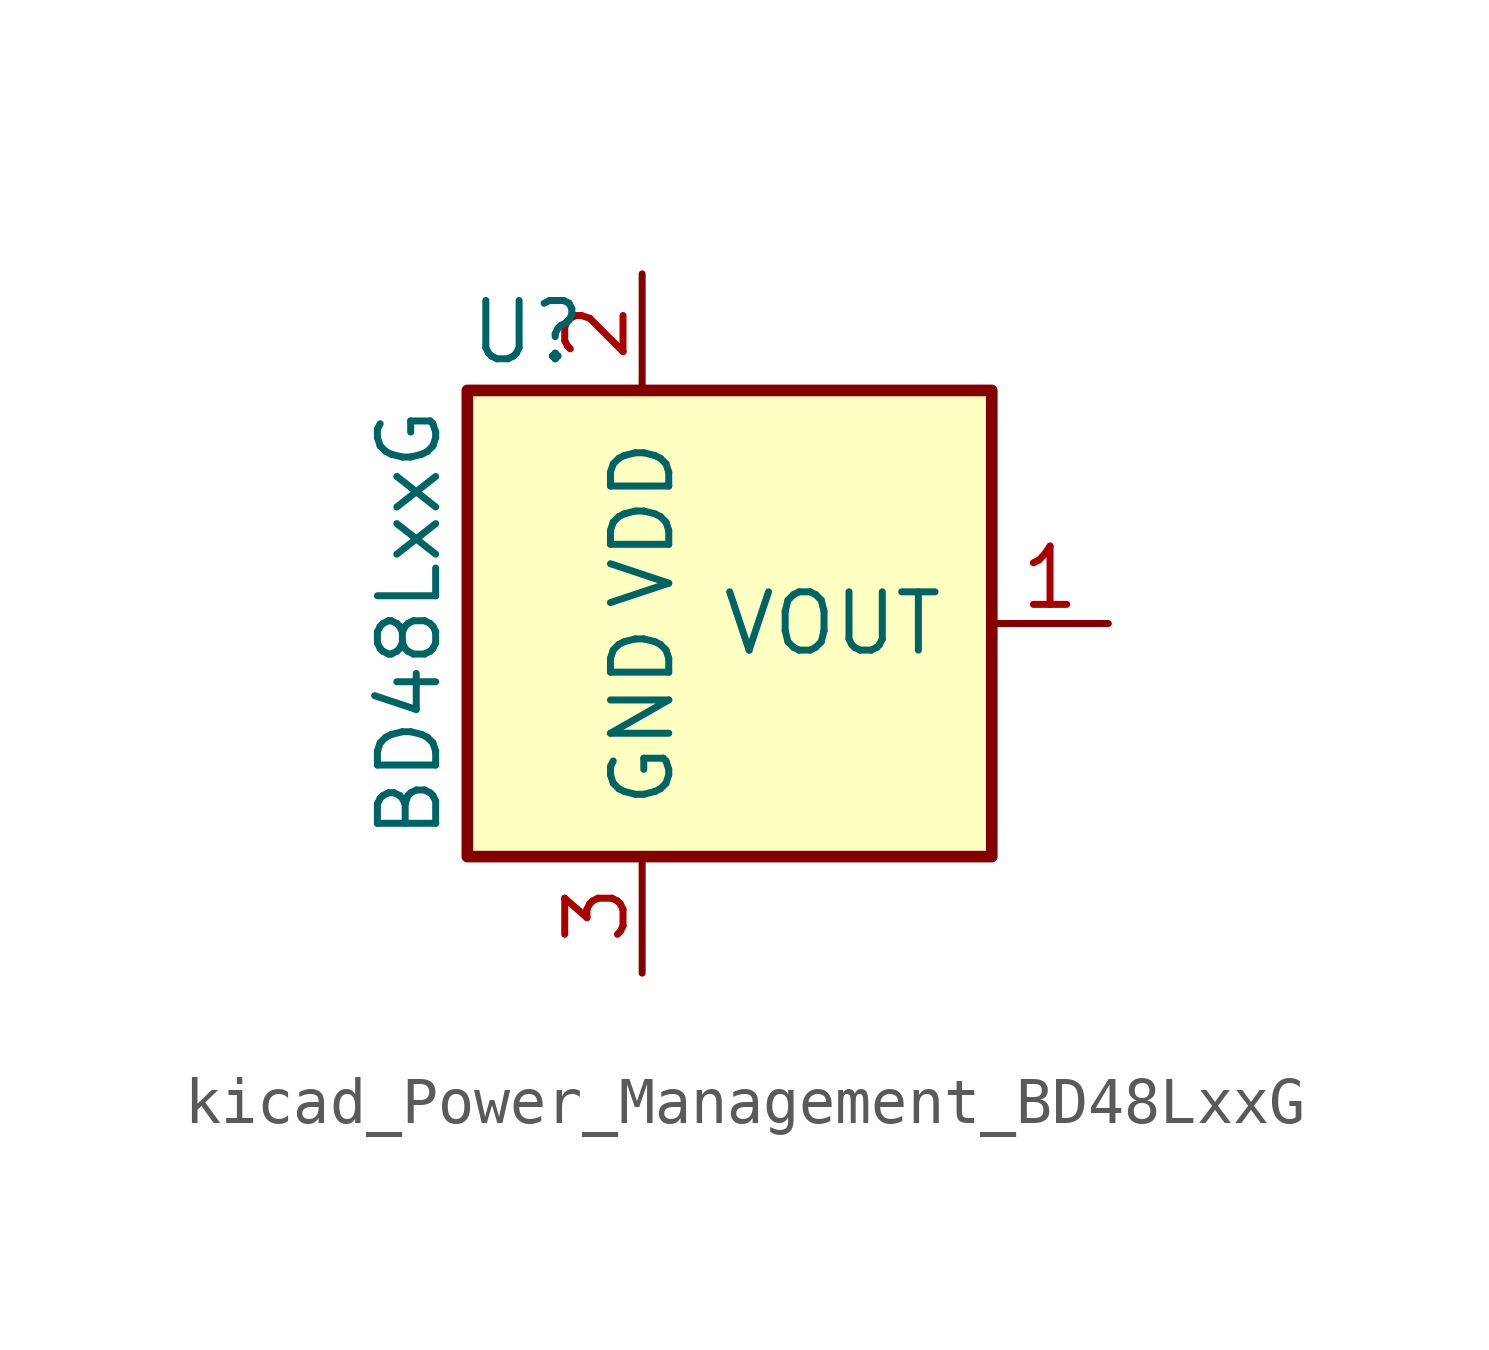
<source format=kicad_sym>
(kicad_symbol_lib
  (version 20220914)
  (generator kicad_symbol_editor)
  (symbol "kicad_Power_Management_BD48LxxG"
    (pin_names
      (offset 1.016))
    (property "Reference" "U"
      (at -3.81 6.35 0)
      (effects (font (size 1.27 1.27)) (justify left)))
    (property "Value" "BD48LxxG"
      (at -5.08 0 90)
      (effects (font (size 1.27 1.27))))
    (symbol "kicad_Power_Management_BD48LxxG_1_1"
      (rectangle (start -3.81 5.08) (end 7.62 -5.08) (stroke (width 0.254) (type default)) (fill (type background)))
      (pin output line (at 10.16 0 180) (length 2.54) (name "VOUT" (effects (font (size 1.27 1.27)))) (number "1" (effects (font (size 1.27 1.27)))))
      (pin power_in line (at 0 7.62 270) (length 2.54) (name "VDD" (effects (font (size 1.27 1.27)))) (number "2" (effects (font (size 1.27 1.27)))))
      (pin power_in line (at 0 -7.62 90) (length 2.54) (name "GND" (effects (font (size 1.27 1.27)))) (number "3" (effects (font (size 1.27 1.27))))))))
</source>
